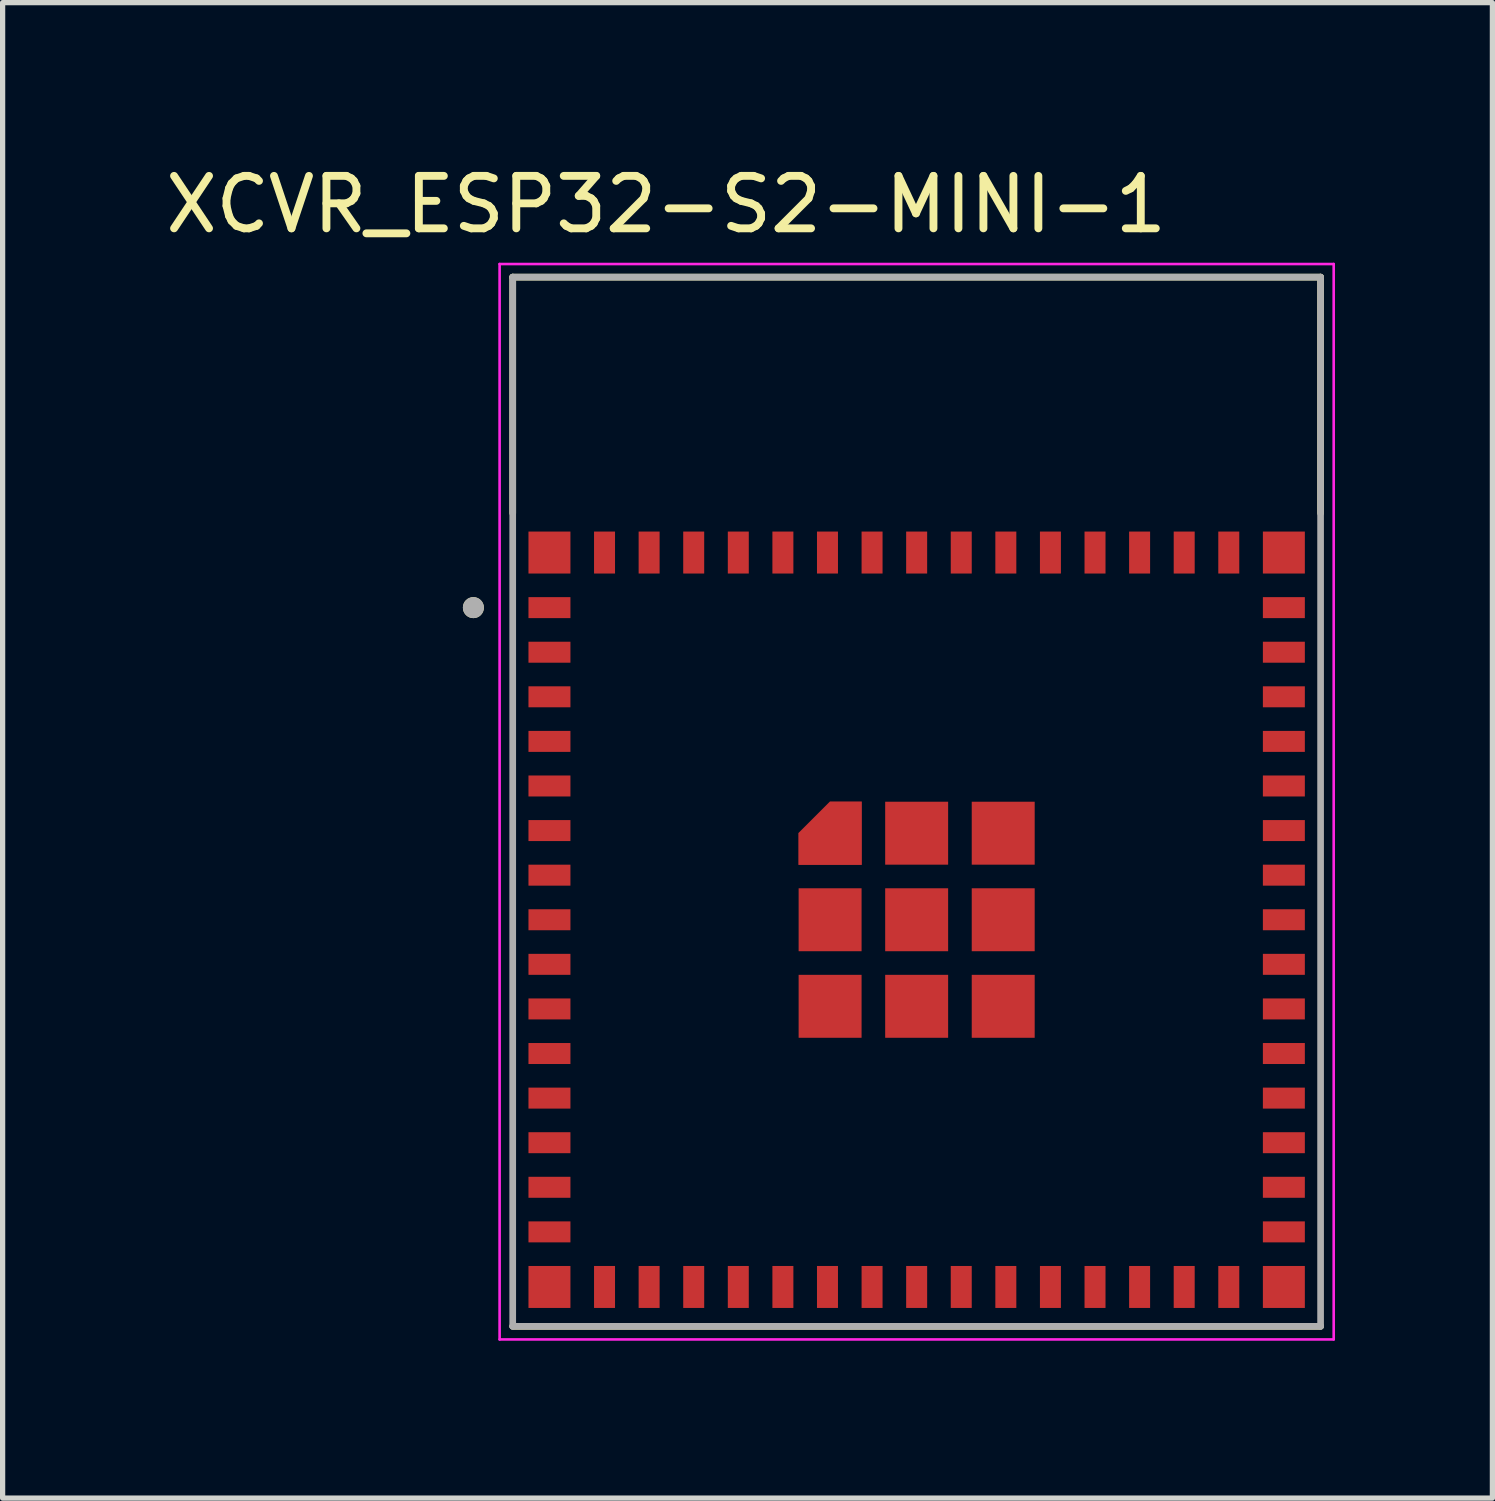
<source format=kicad_pcb>
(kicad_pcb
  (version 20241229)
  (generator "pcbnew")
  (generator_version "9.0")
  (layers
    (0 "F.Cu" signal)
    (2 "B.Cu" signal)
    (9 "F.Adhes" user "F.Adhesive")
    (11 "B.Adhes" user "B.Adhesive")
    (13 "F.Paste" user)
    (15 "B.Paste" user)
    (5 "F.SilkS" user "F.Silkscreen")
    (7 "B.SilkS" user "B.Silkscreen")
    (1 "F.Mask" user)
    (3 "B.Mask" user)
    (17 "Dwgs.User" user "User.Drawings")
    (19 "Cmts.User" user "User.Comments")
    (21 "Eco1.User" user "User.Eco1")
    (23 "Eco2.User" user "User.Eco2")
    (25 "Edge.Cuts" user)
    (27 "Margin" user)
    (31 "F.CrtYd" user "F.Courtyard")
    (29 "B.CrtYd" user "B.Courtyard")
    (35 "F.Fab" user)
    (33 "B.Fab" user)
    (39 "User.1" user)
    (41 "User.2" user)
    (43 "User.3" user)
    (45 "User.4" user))
  (footprint "XCVR_ESP32-S2-MINI-1"
    (layer "F.Cu")
    (at 14.424 14.483)
    (property "Reference" "XCVR_ESP32-S2-MINI-1" (at -4.775 -13.635 0) (layer "F.SilkS") (effects (font (size 1 1) (thickness 0.15))))
    (attr smd)
    (fp_poly (pts (xy -2.35 -0.95) (xy -0.95 -0.95) (xy -0.95 -2.35) (xy -1.7 -2.35) (xy -2.35 -1.7)) (stroke (width 0.01) (type solid)) (fill yes) (layer "F.Mask"))
    (fp_line (start -7.7 -12.25) (end 7.7 -12.25) (stroke (width 0.127) (type solid)) (layer "F.SilkS"))
    (fp_line (start -7.7 -7.75) (end -7.7 -12.25) (stroke (width 0.127) (type solid)) (layer "F.SilkS"))
    (fp_line (start 7.7 -12.25) (end 7.7 -7.75) (stroke (width 0.127) (type solid)) (layer "F.SilkS"))
    (fp_line (start 7.7 7.75) (end -7.7 7.75) (stroke (width 0.127) (type solid)) (layer "F.SilkS"))
    (fp_circle (center -8.45 -5.95) (end -8.35 -5.95) (stroke (width 0.2) (type solid)) (fill no) (layer "F.SilkS"))
    (fp_poly (pts (xy -2.25 -1.05) (xy -1.05 -1.05) (xy -1.05 -2.25) (xy -1.65 -2.25) (xy -2.25 -1.65)) (stroke (width 0.01) (type solid)) (fill yes) (layer "F.Paste"))
    (fp_line (start -7.95 -12.5) (end -7.95 8) (stroke (width 0.05) (type solid)) (layer "F.CrtYd"))
    (fp_line (start -7.95 8) (end 7.95 8) (stroke (width 0.05) (type solid)) (layer "F.CrtYd"))
    (fp_line (start 7.95 -12.5) (end -7.95 -12.5) (stroke (width 0.05) (type solid)) (layer "F.CrtYd"))
    (fp_line (start 7.95 8) (end 7.95 -12.5) (stroke (width 0.05) (type solid)) (layer "F.CrtYd"))
    (fp_line (start -7.7 -12.25) (end 7.7 -12.25) (stroke (width 0.127) (type solid)) (layer "F.Fab"))
    (fp_line (start -7.7 7.75) (end -7.7 -12.25) (stroke (width 0.127) (type solid)) (layer "F.Fab"))
    (fp_line (start 7.7 -12.25) (end 7.7 7.75) (stroke (width 0.127) (type solid)) (layer "F.Fab"))
    (fp_line (start 7.7 7.75) (end -7.7 7.75) (stroke (width 0.127) (type solid)) (layer "F.Fab"))
    (fp_circle (center -8.45 -5.95) (end -8.35 -5.95) (stroke (width 0.2) (type solid)) (fill no) (layer "F.Fab"))
    (pad "1" smd rect (at -7 -5.95) (size 0.8 0.4) (layers "F.Cu" "F.Mask" "F.Paste"))
    (pad "2" smd rect (at -7 -5.1) (size 0.8 0.4) (layers "F.Cu" "F.Mask" "F.Paste"))
    (pad "3" smd rect (at -7 -4.25) (size 0.8 0.4) (layers "F.Cu" "F.Mask" "F.Paste"))
    (pad "4" smd rect (at -7 -3.4) (size 0.8 0.4) (layers "F.Cu" "F.Mask" "F.Paste"))
    (pad "5" smd rect (at -7 -2.55) (size 0.8 0.4) (layers "F.Cu" "F.Mask" "F.Paste"))
    (pad "6" smd rect (at -7 -1.7) (size 0.8 0.4) (layers "F.Cu" "F.Mask" "F.Paste"))
    (pad "7" smd rect (at -7 -0.85) (size 0.8 0.4) (layers "F.Cu" "F.Mask" "F.Paste"))
    (pad "8" smd rect (at -7 0) (size 0.8 0.4) (layers "F.Cu" "F.Mask" "F.Paste"))
    (pad "9" smd rect (at -7 0.85) (size 0.8 0.4) (layers "F.Cu" "F.Mask" "F.Paste"))
    (pad "10" smd rect (at -7 1.7) (size 0.8 0.4) (layers "F.Cu" "F.Mask" "F.Paste"))
    (pad "11" smd rect (at -7 2.55) (size 0.8 0.4) (layers "F.Cu" "F.Mask" "F.Paste"))
    (pad "12" smd rect (at -7 3.4) (size 0.8 0.4) (layers "F.Cu" "F.Mask" "F.Paste"))
    (pad "13" smd rect (at -7 4.25) (size 0.8 0.4) (layers "F.Cu" "F.Mask" "F.Paste"))
    (pad "14" smd rect (at -7 5.1) (size 0.8 0.4) (layers "F.Cu" "F.Mask" "F.Paste"))
    (pad "15" smd rect (at -7 5.95) (size 0.8 0.4) (layers "F.Cu" "F.Mask" "F.Paste"))
    (pad "16" smd rect (at -5.95 7) (size 0.4 0.8) (layers "F.Cu" "F.Mask" "F.Paste"))
    (pad "17" smd rect (at -5.1 7) (size 0.4 0.8) (layers "F.Cu" "F.Mask" "F.Paste"))
    (pad "18" smd rect (at -4.25 7) (size 0.4 0.8) (layers "F.Cu" "F.Mask" "F.Paste"))
    (pad "19" smd rect (at -3.4 7) (size 0.4 0.8) (layers "F.Cu" "F.Mask" "F.Paste"))
    (pad "20" smd rect (at -2.55 7) (size 0.4 0.8) (layers "F.Cu" "F.Mask" "F.Paste"))
    (pad "21" smd rect (at -1.7 7) (size 0.4 0.8) (layers "F.Cu" "F.Mask" "F.Paste"))
    (pad "22" smd rect (at -0.85 7) (size 0.4 0.8) (layers "F.Cu" "F.Mask" "F.Paste"))
    (pad "23" smd rect (at 0 7) (size 0.4 0.8) (layers "F.Cu" "F.Mask" "F.Paste"))
    (pad "24" smd rect (at 0.85 7) (size 0.4 0.8) (layers "F.Cu" "F.Mask" "F.Paste"))
    (pad "25" smd rect (at 1.7 7) (size 0.4 0.8) (layers "F.Cu" "F.Mask" "F.Paste"))
    (pad "26" smd rect (at 2.55 7) (size 0.4 0.8) (layers "F.Cu" "F.Mask" "F.Paste"))
    (pad "27" smd rect (at 3.4 7) (size 0.4 0.8) (layers "F.Cu" "F.Mask" "F.Paste"))
    (pad "28" smd rect (at 4.25 7) (size 0.4 0.8) (layers "F.Cu" "F.Mask" "F.Paste"))
    (pad "29" smd rect (at 5.1 7) (size 0.4 0.8) (layers "F.Cu" "F.Mask" "F.Paste"))
    (pad "30" smd rect (at 5.95 7) (size 0.4 0.8) (layers "F.Cu" "F.Mask" "F.Paste"))
    (pad "31" smd rect (at 7 5.95) (size 0.8 0.4) (layers "F.Cu" "F.Mask" "F.Paste"))
    (pad "32" smd rect (at 7 5.1) (size 0.8 0.4) (layers "F.Cu" "F.Mask" "F.Paste"))
    (pad "33" smd rect (at 7 4.25) (size 0.8 0.4) (layers "F.Cu" "F.Mask" "F.Paste"))
    (pad "34" smd rect (at 7 3.4) (size 0.8 0.4) (layers "F.Cu" "F.Mask" "F.Paste"))
    (pad "35" smd rect (at 7 2.55) (size 0.8 0.4) (layers "F.Cu" "F.Mask" "F.Paste"))
    (pad "36" smd rect (at 7 1.7) (size 0.8 0.4) (layers "F.Cu" "F.Mask" "F.Paste"))
    (pad "37" smd rect (at 7 0.85) (size 0.8 0.4) (layers "F.Cu" "F.Mask" "F.Paste"))
    (pad "38" smd rect (at 7 0) (size 0.8 0.4) (layers "F.Cu" "F.Mask" "F.Paste"))
    (pad "39" smd rect (at 7 -0.85) (size 0.8 0.4) (layers "F.Cu" "F.Mask" "F.Paste"))
    (pad "40" smd rect (at 7 -1.7) (size 0.8 0.4) (layers "F.Cu" "F.Mask" "F.Paste"))
    (pad "41" smd rect (at 7 -2.55) (size 0.8 0.4) (layers "F.Cu" "F.Mask" "F.Paste"))
    (pad "42" smd rect (at 7 -3.4) (size 0.8 0.4) (layers "F.Cu" "F.Mask" "F.Paste"))
    (pad "43" smd rect (at 7 -4.25) (size 0.8 0.4) (layers "F.Cu" "F.Mask" "F.Paste"))
    (pad "44" smd rect (at 7 -5.1) (size 0.8 0.4) (layers "F.Cu" "F.Mask" "F.Paste"))
    (pad "45" smd rect (at 7 -5.95) (size 0.8 0.4) (layers "F.Cu" "F.Mask" "F.Paste"))
    (pad "46" smd rect (at 5.95 -7) (size 0.4 0.8) (layers "F.Cu" "F.Mask" "F.Paste"))
    (pad "47" smd rect (at 5.1 -7) (size 0.4 0.8) (layers "F.Cu" "F.Mask" "F.Paste"))
    (pad "48" smd rect (at 4.25 -7) (size 0.4 0.8) (layers "F.Cu" "F.Mask" "F.Paste"))
    (pad "49" smd rect (at 3.4 -7) (size 0.4 0.8) (layers "F.Cu" "F.Mask" "F.Paste"))
    (pad "50" smd rect (at 2.55 -7) (size 0.4 0.8) (layers "F.Cu" "F.Mask" "F.Paste"))
    (pad "51" smd rect (at 1.7 -7) (size 0.4 0.8) (layers "F.Cu" "F.Mask" "F.Paste"))
    (pad "52" smd rect (at 0.85 -7) (size 0.4 0.8) (layers "F.Cu" "F.Mask" "F.Paste"))
    (pad "53" smd rect (at 0 -7) (size 0.4 0.8) (layers "F.Cu" "F.Mask" "F.Paste"))
    (pad "54" smd rect (at -0.85 -7) (size 0.4 0.8) (layers "F.Cu" "F.Mask" "F.Paste"))
    (pad "55" smd rect (at -1.7 -7) (size 0.4 0.8) (layers "F.Cu" "F.Mask" "F.Paste"))
    (pad "56" smd rect (at -2.55 -7) (size 0.4 0.8) (layers "F.Cu" "F.Mask" "F.Paste"))
    (pad "57" smd rect (at -3.4 -7) (size 0.4 0.8) (layers "F.Cu" "F.Mask" "F.Paste"))
    (pad "58" smd rect (at -4.25 -7) (size 0.4 0.8) (layers "F.Cu" "F.Mask" "F.Paste"))
    (pad "59" smd rect (at -5.1 -7) (size 0.4 0.8) (layers "F.Cu" "F.Mask" "F.Paste"))
    (pad "60" smd rect (at -5.95 -7) (size 0.4 0.8) (layers "F.Cu" "F.Mask" "F.Paste"))
    (pad "61" smd rect (at 0 0) (size 1.2 1.2) (layers "F.Cu" "F.Mask" "F.Paste"))
    (pad "61_1" smd rect (at -1.65 0) (size 1.2 1.2) (layers "F.Cu" "F.Mask" "F.Paste"))
    (pad "61_2" smd rect (at -1.65 1.65) (size 1.2 1.2) (layers "F.Cu" "F.Mask" "F.Paste"))
    (pad "61_3" smd rect (at 0 1.65) (size 1.2 1.2) (layers "F.Cu" "F.Mask" "F.Paste"))
    (pad "61_4" smd rect (at 1.65 1.65) (size 1.2 1.2) (layers "F.Cu" "F.Mask" "F.Paste"))
    (pad "61_5" smd rect (at 1.65 0) (size 1.2 1.2) (layers "F.Cu" "F.Mask" "F.Paste"))
    (pad "61_6" smd rect (at 1.65 -1.65) (size 1.2 1.2) (layers "F.Cu" "F.Mask" "F.Paste"))
    (pad "61_7" smd rect (at 0 -1.65) (size 1.2 1.2) (layers "F.Cu" "F.Mask" "F.Paste"))
    (pad "61_8" smd custom (at -1.65 -1.65) (size 0.6 0.6) (layers "F.Cu") (options (anchor rect)) (primitives (gr_poly (pts (xy -0.6 0.6) (xy 0.6 0.6) (xy 0.6 -0.6) (xy 0 -0.6) (xy -0.6 0)) (width 0.01) (fill yes))))
    (pad "62" smd rect (at -7 -7) (size 0.8 0.8) (layers "F.Cu" "F.Mask" "F.Paste"))
    (pad "63" smd rect (at -7 7) (size 0.8 0.8) (layers "F.Cu" "F.Mask" "F.Paste"))
    (pad "64" smd rect (at 7 7) (size 0.8 0.8) (layers "F.Cu" "F.Mask" "F.Paste"))
    (pad "65" smd rect (at 7 -7) (size 0.8 0.8) (layers "F.Cu" "F.Mask" "F.Paste"))
    (zone (net_name "") (layer "F.Cu") (hatch full 0.508) (connect_pads) (min_thickness 0.01) (filled_areas_thickness no) (keepout (tracks not_allowed) (vias not_allowed) (pads not_allowed) (copperpour not_allowed) (footprints allowed)) (placement (enabled no)) (fill) (polygon (pts (xy 6.724 2.233) (xy 22.124 2.233) (xy 22.124 6.733) (xy 6.724 6.733))))
    (zone (net_name "") (layers "F.Cu" "B.Cu") (hatch full 0.508) (connect_pads) (min_thickness 0.01) (filled_areas_thickness no) (keepout (tracks allowed) (vias not_allowed) (pads allowed) (copperpour allowed) (footprints allowed)) (placement (enabled no)) (fill) (polygon (pts (xy 6.724 2.233) (xy 22.124 2.233) (xy 22.124 6.733) (xy 6.724 6.733))))
    (zone (net_name "") (layer "B.Cu") (hatch full 0.508) (connect_pads) (min_thickness 0.01) (filled_areas_thickness no) (keepout (tracks not_allowed) (vias not_allowed) (pads not_allowed) (copperpour not_allowed) (footprints allowed)) (placement (enabled no)) (fill) (polygon (pts (xy 6.724 2.233) (xy 22.124 2.233) (xy 22.124 6.733) (xy 6.724 6.733)))))
  (gr_rect
    (start -3 -3)
    (end 25.399 25.508)
    (stroke (width 0.1) (type default))
    (fill no)
    (layer "Edge.Cuts")))
</source>
